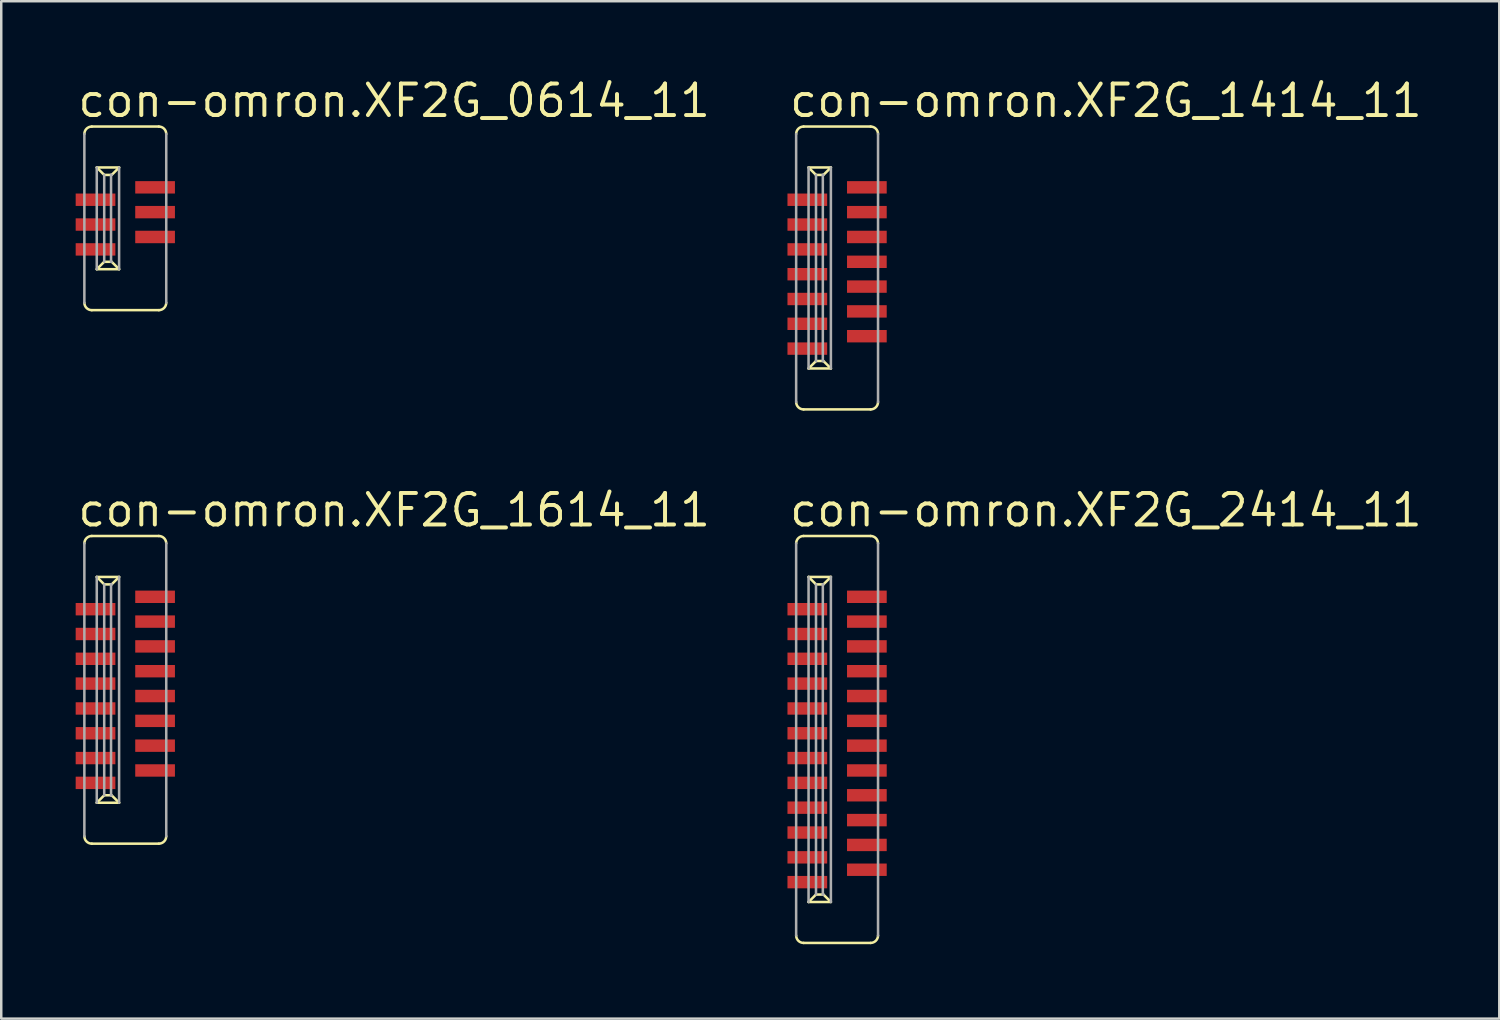
<source format=kicad_pcb>
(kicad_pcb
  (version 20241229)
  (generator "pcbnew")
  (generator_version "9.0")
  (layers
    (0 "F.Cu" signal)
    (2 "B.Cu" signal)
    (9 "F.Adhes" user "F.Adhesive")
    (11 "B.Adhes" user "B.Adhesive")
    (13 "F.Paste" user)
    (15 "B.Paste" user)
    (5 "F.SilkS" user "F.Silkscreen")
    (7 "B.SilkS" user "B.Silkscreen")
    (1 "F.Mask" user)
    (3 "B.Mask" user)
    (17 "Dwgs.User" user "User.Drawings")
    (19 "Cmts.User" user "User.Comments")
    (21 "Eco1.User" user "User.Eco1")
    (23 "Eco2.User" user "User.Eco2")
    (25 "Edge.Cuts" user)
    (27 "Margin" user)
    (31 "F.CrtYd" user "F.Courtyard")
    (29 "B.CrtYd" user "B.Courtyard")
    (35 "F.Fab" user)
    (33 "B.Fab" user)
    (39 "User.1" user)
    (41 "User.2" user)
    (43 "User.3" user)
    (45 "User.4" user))
  (footprint "con-omron.XF2G_2414_11"
    (layer "F.Cu")
    (at 30.686 26.751)
    (property "Reference" "con-omron.XF2G_2414_11" (at -2 -8.5 0) (layer "F.SilkS") (effects (font (size 1.27 1.27) (thickness 0.16)) (justify left bottom)))
    (attr smd)
    (fp_line (start -1.35 8.2) (end 1.35 8.2) (stroke (width 0.102) (type default)) (layer "F.SilkS"))
    (fp_line (start -1.15 6.55) (end -0.85 6.25) (stroke (width 0.102) (type default)) (layer "F.SilkS"))
    (fp_line (start -0.85 -6.25) (end -1.15 -6.55) (stroke (width 0.102) (type default)) (layer "F.SilkS"))
    (fp_line (start -0.575 -6.25) (end -0.85 -6.25) (stroke (width 0.102) (type default)) (layer "F.SilkS"))
    (fp_line (start -0.575 6.25) (end -0.85 6.25) (stroke (width 0.102) (type default)) (layer "F.SilkS"))
    (fp_line (start -0.25 -6.55) (end -1.15 -6.55) (stroke (width 0.102) (type default)) (layer "F.SilkS"))
    (fp_line (start -0.25 -6.55) (end -0.55 -6.25) (stroke (width 0.102) (type default)) (layer "F.SilkS"))
    (fp_line (start -0.25 6.55) (end -1.15 6.55) (stroke (width 0.102) (type default)) (layer "F.SilkS"))
    (fp_line (start -0.25 6.55) (end -0.55 6.25) (stroke (width 0.102) (type default)) (layer "F.SilkS"))
    (fp_line (start 1.35 -8.2) (end -1.35 -8.2) (stroke (width 0.102) (type default)) (layer "F.SilkS"))
    (fp_arc (start -1.65 -7.9) (mid -1.562132 -8.112132) (end -1.35 -8.2) (stroke (width 0.1016) (type default)) (layer "F.SilkS"))
    (fp_arc (start -1.35 8.2) (mid -1.562132 8.112132) (end -1.65 7.9) (stroke (width 0.1016) (type default)) (layer "F.SilkS"))
    (fp_arc (start 1.35 -8.2) (mid 1.562132 -8.112132) (end 1.65 -7.9) (stroke (width 0.1016) (type default)) (layer "F.SilkS"))
    (fp_arc (start 1.65 7.9) (mid 1.562132 8.112132) (end 1.35 8.2) (stroke (width 0.1016) (type default)) (layer "F.SilkS"))
    (fp_line (start -1.65 -7.9) (end -1.65 7.9) (stroke (width 0.102) (type default)) (layer "F.Fab"))
    (fp_line (start -1.15 -6.55) (end -1.15 6.55) (stroke (width 0.102) (type default)) (layer "F.Fab"))
    (fp_line (start -0.85 -6.25) (end -0.85 6.25) (stroke (width 0.102) (type default)) (layer "F.Fab"))
    (fp_line (start -0.575 -6.25) (end -0.575 6.25) (stroke (width 0.102) (type default)) (layer "F.Fab"))
    (fp_line (start -0.55 -6.25) (end -0.575 -6.25) (stroke (width 0.102) (type default)) (layer "F.Fab"))
    (fp_line (start -0.55 6.25) (end -0.575 6.25) (stroke (width 0.102) (type default)) (layer "F.Fab"))
    (fp_line (start -0.25 -6.55) (end -0.25 6.55) (stroke (width 0.102) (type default)) (layer "F.Fab"))
    (fp_line (start 1.65 7.9) (end 1.65 -7.9) (stroke (width 0.102) (type default)) (layer "F.Fab"))
    (pad "1" smd roundrect (at 1.2 -5.75 270) (size 0.5 1.6) (layers "F.Cu" "F.Mask" "F.Paste") (roundrect_rratio 0.01))
    (pad "2" smd roundrect (at -1.2 -5.25 90) (size 0.5 1.6) (layers "F.Cu" "F.Mask" "F.Paste") (roundrect_rratio 0.01))
    (pad "3" smd roundrect (at 1.2 -4.75 270) (size 0.5 1.6) (layers "F.Cu" "F.Mask" "F.Paste") (roundrect_rratio 0.01))
    (pad "4" smd roundrect (at -1.2 -4.25 90) (size 0.5 1.6) (layers "F.Cu" "F.Mask" "F.Paste") (roundrect_rratio 0.01))
    (pad "5" smd roundrect (at 1.2 -3.75 270) (size 0.5 1.6) (layers "F.Cu" "F.Mask" "F.Paste") (roundrect_rratio 0.01))
    (pad "6" smd roundrect (at -1.2 -3.25 90) (size 0.5 1.6) (layers "F.Cu" "F.Mask" "F.Paste") (roundrect_rratio 0.01))
    (pad "7" smd roundrect (at 1.2 -2.75 270) (size 0.5 1.6) (layers "F.Cu" "F.Mask" "F.Paste") (roundrect_rratio 0.01))
    (pad "8" smd roundrect (at -1.2 -2.25 90) (size 0.5 1.6) (layers "F.Cu" "F.Mask" "F.Paste") (roundrect_rratio 0.01))
    (pad "9" smd roundrect (at 1.2 -1.75 270) (size 0.5 1.6) (layers "F.Cu" "F.Mask" "F.Paste") (roundrect_rratio 0.01))
    (pad "10" smd roundrect (at -1.2 -1.25 90) (size 0.5 1.6) (layers "F.Cu" "F.Mask" "F.Paste") (roundrect_rratio 0.01))
    (pad "11" smd roundrect (at 1.2 -0.75 270) (size 0.5 1.6) (layers "F.Cu" "F.Mask" "F.Paste") (roundrect_rratio 0.01))
    (pad "12" smd roundrect (at -1.2 -0.25 90) (size 0.5 1.6) (layers "F.Cu" "F.Mask" "F.Paste") (roundrect_rratio 0.01))
    (pad "13" smd roundrect (at 1.2 0.25 270) (size 0.5 1.6) (layers "F.Cu" "F.Mask" "F.Paste") (roundrect_rratio 0.01))
    (pad "14" smd roundrect (at -1.2 0.75 90) (size 0.5 1.6) (layers "F.Cu" "F.Mask" "F.Paste") (roundrect_rratio 0.01))
    (pad "15" smd roundrect (at 1.2 1.25 270) (size 0.5 1.6) (layers "F.Cu" "F.Mask" "F.Paste") (roundrect_rratio 0.01))
    (pad "16" smd roundrect (at -1.2 1.75 90) (size 0.5 1.6) (layers "F.Cu" "F.Mask" "F.Paste") (roundrect_rratio 0.01))
    (pad "17" smd roundrect (at 1.2 2.25 270) (size 0.5 1.6) (layers "F.Cu" "F.Mask" "F.Paste") (roundrect_rratio 0.01))
    (pad "18" smd roundrect (at -1.2 2.75 90) (size 0.5 1.6) (layers "F.Cu" "F.Mask" "F.Paste") (roundrect_rratio 0.01))
    (pad "19" smd roundrect (at 1.2 3.25 270) (size 0.5 1.6) (layers "F.Cu" "F.Mask" "F.Paste") (roundrect_rratio 0.01))
    (pad "20" smd roundrect (at -1.2 3.75 90) (size 0.5 1.6) (layers "F.Cu" "F.Mask" "F.Paste") (roundrect_rratio 0.01))
    (pad "21" smd roundrect (at 1.2 4.25 270) (size 0.5 1.6) (layers "F.Cu" "F.Mask" "F.Paste") (roundrect_rratio 0.01))
    (pad "22" smd roundrect (at -1.2 4.75 90) (size 0.5 1.6) (layers "F.Cu" "F.Mask" "F.Paste") (roundrect_rratio 0.01))
    (pad "23" smd roundrect (at 1.2 5.25 270) (size 0.5 1.6) (layers "F.Cu" "F.Mask" "F.Paste") (roundrect_rratio 0.01))
    (pad "24" smd roundrect (at -1.2 5.75 90) (size 0.5 1.6) (layers "F.Cu" "F.Mask" "F.Paste") (roundrect_rratio 0.01)))
  (footprint "con-omron.XF2G_0614_11"
    (layer "F.Cu")
    (at 2 5.75)
    (property "Reference" "con-omron.XF2G_0614_11" (at -2 -4 0) (layer "F.SilkS") (effects (font (size 1.27 1.27) (thickness 0.16)) (justify left bottom)))
    (attr smd)
    (fp_line (start -1.35 3.7) (end 1.35 3.7) (stroke (width 0.102) (type default)) (layer "F.SilkS"))
    (fp_line (start -1.15 2.05) (end -0.85 1.75) (stroke (width 0.102) (type default)) (layer "F.SilkS"))
    (fp_line (start -0.85 -1.75) (end -1.15 -2.05) (stroke (width 0.102) (type default)) (layer "F.SilkS"))
    (fp_line (start -0.575 -1.75) (end -0.85 -1.75) (stroke (width 0.102) (type default)) (layer "F.SilkS"))
    (fp_line (start -0.575 1.75) (end -0.85 1.75) (stroke (width 0.102) (type default)) (layer "F.SilkS"))
    (fp_line (start -0.25 -2.05) (end -1.15 -2.05) (stroke (width 0.102) (type default)) (layer "F.SilkS"))
    (fp_line (start -0.25 -2.05) (end -0.55 -1.75) (stroke (width 0.102) (type default)) (layer "F.SilkS"))
    (fp_line (start -0.25 2.05) (end -1.15 2.05) (stroke (width 0.102) (type default)) (layer "F.SilkS"))
    (fp_line (start -0.25 2.05) (end -0.55 1.75) (stroke (width 0.102) (type default)) (layer "F.SilkS"))
    (fp_line (start 1.35 -3.7) (end -1.35 -3.7) (stroke (width 0.102) (type default)) (layer "F.SilkS"))
    (fp_arc (start -1.65 -3.4) (mid -1.562132 -3.612132) (end -1.35 -3.7) (stroke (width 0.1016) (type default)) (layer "F.SilkS"))
    (fp_arc (start -1.35 3.7) (mid -1.562132 3.612132) (end -1.65 3.4) (stroke (width 0.1016) (type default)) (layer "F.SilkS"))
    (fp_arc (start 1.35 -3.7) (mid 1.562132 -3.612132) (end 1.65 -3.4) (stroke (width 0.1016) (type default)) (layer "F.SilkS"))
    (fp_arc (start 1.65 3.4) (mid 1.562132 3.612132) (end 1.35 3.7) (stroke (width 0.1016) (type default)) (layer "F.SilkS"))
    (fp_line (start -1.65 -3.4) (end -1.65 3.4) (stroke (width 0.102) (type default)) (layer "F.Fab"))
    (fp_line (start -1.15 -2.05) (end -1.15 2.05) (stroke (width 0.102) (type default)) (layer "F.Fab"))
    (fp_line (start -0.85 -1.75) (end -0.85 1.75) (stroke (width 0.102) (type default)) (layer "F.Fab"))
    (fp_line (start -0.575 -1.75) (end -0.575 1.75) (stroke (width 0.102) (type default)) (layer "F.Fab"))
    (fp_line (start -0.55 -1.75) (end -0.575 -1.75) (stroke (width 0.102) (type default)) (layer "F.Fab"))
    (fp_line (start -0.55 1.75) (end -0.575 1.75) (stroke (width 0.102) (type default)) (layer "F.Fab"))
    (fp_line (start -0.25 -2.05) (end -0.25 2.05) (stroke (width 0.102) (type default)) (layer "F.Fab"))
    (fp_line (start 1.65 3.4) (end 1.65 -3.4) (stroke (width 0.102) (type default)) (layer "F.Fab"))
    (pad "1" smd roundrect (at 1.2 -1.25 270) (size 0.5 1.6) (layers "F.Cu" "F.Mask" "F.Paste") (roundrect_rratio 0.01))
    (pad "2" smd roundrect (at -1.2 -0.75 90) (size 0.5 1.6) (layers "F.Cu" "F.Mask" "F.Paste") (roundrect_rratio 0.01))
    (pad "3" smd roundrect (at 1.2 -0.25 270) (size 0.5 1.6) (layers "F.Cu" "F.Mask" "F.Paste") (roundrect_rratio 0.01))
    (pad "4" smd roundrect (at -1.2 0.25 90) (size 0.5 1.6) (layers "F.Cu" "F.Mask" "F.Paste") (roundrect_rratio 0.01))
    (pad "5" smd roundrect (at 1.2 0.75 270) (size 0.5 1.6) (layers "F.Cu" "F.Mask" "F.Paste") (roundrect_rratio 0.01))
    (pad "6" smd roundrect (at -1.2 1.25 90) (size 0.5 1.6) (layers "F.Cu" "F.Mask" "F.Paste") (roundrect_rratio 0.01)))
  (footprint "con-omron.XF2G_1614_11"
    (layer "F.Cu")
    (at 2 24.751)
    (property "Reference" "con-omron.XF2G_1614_11" (at -2 -6.5 0) (layer "F.SilkS") (effects (font (size 1.27 1.27) (thickness 0.16)) (justify left bottom)))
    (attr smd)
    (fp_line (start -1.35 6.2) (end 1.35 6.2) (stroke (width 0.102) (type default)) (layer "F.SilkS"))
    (fp_line (start -1.15 4.55) (end -0.85 4.25) (stroke (width 0.102) (type default)) (layer "F.SilkS"))
    (fp_line (start -0.85 -4.25) (end -1.15 -4.55) (stroke (width 0.102) (type default)) (layer "F.SilkS"))
    (fp_line (start -0.575 -4.25) (end -0.85 -4.25) (stroke (width 0.102) (type default)) (layer "F.SilkS"))
    (fp_line (start -0.575 4.25) (end -0.85 4.25) (stroke (width 0.102) (type default)) (layer "F.SilkS"))
    (fp_line (start -0.25 -4.55) (end -1.15 -4.55) (stroke (width 0.102) (type default)) (layer "F.SilkS"))
    (fp_line (start -0.25 -4.55) (end -0.55 -4.25) (stroke (width 0.102) (type default)) (layer "F.SilkS"))
    (fp_line (start -0.25 4.55) (end -1.15 4.55) (stroke (width 0.102) (type default)) (layer "F.SilkS"))
    (fp_line (start -0.25 4.55) (end -0.55 4.25) (stroke (width 0.102) (type default)) (layer "F.SilkS"))
    (fp_line (start 1.35 -6.2) (end -1.35 -6.2) (stroke (width 0.102) (type default)) (layer "F.SilkS"))
    (fp_arc (start -1.65 -5.9) (mid -1.562132 -6.112132) (end -1.35 -6.2) (stroke (width 0.1016) (type default)) (layer "F.SilkS"))
    (fp_arc (start -1.35 6.2) (mid -1.562132 6.112132) (end -1.65 5.9) (stroke (width 0.1016) (type default)) (layer "F.SilkS"))
    (fp_arc (start 1.35 -6.2) (mid 1.562132 -6.112132) (end 1.65 -5.9) (stroke (width 0.1016) (type default)) (layer "F.SilkS"))
    (fp_arc (start 1.65 5.9) (mid 1.562132 6.112132) (end 1.35 6.2) (stroke (width 0.1016) (type default)) (layer "F.SilkS"))
    (fp_line (start -1.65 -5.9) (end -1.65 5.9) (stroke (width 0.102) (type default)) (layer "F.Fab"))
    (fp_line (start -1.15 -4.55) (end -1.15 4.55) (stroke (width 0.102) (type default)) (layer "F.Fab"))
    (fp_line (start -0.85 -4.25) (end -0.85 4.25) (stroke (width 0.102) (type default)) (layer "F.Fab"))
    (fp_line (start -0.575 -4.25) (end -0.575 4.25) (stroke (width 0.102) (type default)) (layer "F.Fab"))
    (fp_line (start -0.55 -4.25) (end -0.575 -4.25) (stroke (width 0.102) (type default)) (layer "F.Fab"))
    (fp_line (start -0.55 4.25) (end -0.575 4.25) (stroke (width 0.102) (type default)) (layer "F.Fab"))
    (fp_line (start -0.25 -4.55) (end -0.25 4.55) (stroke (width 0.102) (type default)) (layer "F.Fab"))
    (fp_line (start 1.65 5.9) (end 1.65 -5.9) (stroke (width 0.102) (type default)) (layer "F.Fab"))
    (pad "1" smd roundrect (at 1.2 -3.75 270) (size 0.5 1.6) (layers "F.Cu" "F.Mask" "F.Paste") (roundrect_rratio 0.01))
    (pad "2" smd roundrect (at -1.2 -3.25 90) (size 0.5 1.6) (layers "F.Cu" "F.Mask" "F.Paste") (roundrect_rratio 0.01))
    (pad "3" smd roundrect (at 1.2 -2.75 270) (size 0.5 1.6) (layers "F.Cu" "F.Mask" "F.Paste") (roundrect_rratio 0.01))
    (pad "4" smd roundrect (at -1.2 -2.25 90) (size 0.5 1.6) (layers "F.Cu" "F.Mask" "F.Paste") (roundrect_rratio 0.01))
    (pad "5" smd roundrect (at 1.2 -1.75 270) (size 0.5 1.6) (layers "F.Cu" "F.Mask" "F.Paste") (roundrect_rratio 0.01))
    (pad "6" smd roundrect (at -1.2 -1.25 90) (size 0.5 1.6) (layers "F.Cu" "F.Mask" "F.Paste") (roundrect_rratio 0.01))
    (pad "7" smd roundrect (at 1.2 -0.75 270) (size 0.5 1.6) (layers "F.Cu" "F.Mask" "F.Paste") (roundrect_rratio 0.01))
    (pad "8" smd roundrect (at -1.2 -0.25 90) (size 0.5 1.6) (layers "F.Cu" "F.Mask" "F.Paste") (roundrect_rratio 0.01))
    (pad "9" smd roundrect (at 1.2 0.25 270) (size 0.5 1.6) (layers "F.Cu" "F.Mask" "F.Paste") (roundrect_rratio 0.01))
    (pad "10" smd roundrect (at -1.2 0.75 90) (size 0.5 1.6) (layers "F.Cu" "F.Mask" "F.Paste") (roundrect_rratio 0.01))
    (pad "11" smd roundrect (at 1.2 1.25 270) (size 0.5 1.6) (layers "F.Cu" "F.Mask" "F.Paste") (roundrect_rratio 0.01))
    (pad "12" smd roundrect (at -1.2 1.75 90) (size 0.5 1.6) (layers "F.Cu" "F.Mask" "F.Paste") (roundrect_rratio 0.01))
    (pad "13" smd roundrect (at 1.2 2.25 270) (size 0.5 1.6) (layers "F.Cu" "F.Mask" "F.Paste") (roundrect_rratio 0.01))
    (pad "14" smd roundrect (at -1.2 2.75 90) (size 0.5 1.6) (layers "F.Cu" "F.Mask" "F.Paste") (roundrect_rratio 0.01))
    (pad "15" smd roundrect (at 1.2 3.25 270) (size 0.5 1.6) (layers "F.Cu" "F.Mask" "F.Paste") (roundrect_rratio 0.01))
    (pad "16" smd roundrect (at -1.2 3.75 90) (size 0.5 1.6) (layers "F.Cu" "F.Mask" "F.Paste") (roundrect_rratio 0.01)))
  (footprint "con-omron.XF2G_1414_11"
    (layer "F.Cu")
    (at 30.686 7.75)
    (property "Reference" "con-omron.XF2G_1414_11" (at -2 -6 0) (layer "F.SilkS") (effects (font (size 1.27 1.27) (thickness 0.16)) (justify left bottom)))
    (attr smd)
    (fp_line (start -1.35 5.7) (end 1.35 5.7) (stroke (width 0.102) (type default)) (layer "F.SilkS"))
    (fp_line (start -1.15 4.05) (end -0.85 3.75) (stroke (width 0.102) (type default)) (layer "F.SilkS"))
    (fp_line (start -0.85 -3.75) (end -1.15 -4.05) (stroke (width 0.102) (type default)) (layer "F.SilkS"))
    (fp_line (start -0.575 -3.75) (end -0.85 -3.75) (stroke (width 0.102) (type default)) (layer "F.SilkS"))
    (fp_line (start -0.575 3.75) (end -0.85 3.75) (stroke (width 0.102) (type default)) (layer "F.SilkS"))
    (fp_line (start -0.25 -4.05) (end -1.15 -4.05) (stroke (width 0.102) (type default)) (layer "F.SilkS"))
    (fp_line (start -0.25 -4.05) (end -0.55 -3.75) (stroke (width 0.102) (type default)) (layer "F.SilkS"))
    (fp_line (start -0.25 4.05) (end -1.15 4.05) (stroke (width 0.102) (type default)) (layer "F.SilkS"))
    (fp_line (start -0.25 4.05) (end -0.55 3.75) (stroke (width 0.102) (type default)) (layer "F.SilkS"))
    (fp_line (start 1.35 -5.7) (end -1.35 -5.7) (stroke (width 0.102) (type default)) (layer "F.SilkS"))
    (fp_arc (start -1.65 -5.4) (mid -1.562132 -5.612132) (end -1.35 -5.7) (stroke (width 0.1016) (type default)) (layer "F.SilkS"))
    (fp_arc (start -1.35 5.7) (mid -1.562132 5.612132) (end -1.65 5.4) (stroke (width 0.1016) (type default)) (layer "F.SilkS"))
    (fp_arc (start 1.35 -5.7) (mid 1.562132 -5.612132) (end 1.65 -5.4) (stroke (width 0.1016) (type default)) (layer "F.SilkS"))
    (fp_arc (start 1.65 5.4) (mid 1.562132 5.612132) (end 1.35 5.7) (stroke (width 0.1016) (type default)) (layer "F.SilkS"))
    (fp_line (start -1.65 -5.4) (end -1.65 5.4) (stroke (width 0.102) (type default)) (layer "F.Fab"))
    (fp_line (start -1.15 -4.05) (end -1.15 4.05) (stroke (width 0.102) (type default)) (layer "F.Fab"))
    (fp_line (start -0.85 -3.75) (end -0.85 3.75) (stroke (width 0.102) (type default)) (layer "F.Fab"))
    (fp_line (start -0.575 -3.75) (end -0.575 3.75) (stroke (width 0.102) (type default)) (layer "F.Fab"))
    (fp_line (start -0.55 -3.75) (end -0.575 -3.75) (stroke (width 0.102) (type default)) (layer "F.Fab"))
    (fp_line (start -0.55 3.75) (end -0.575 3.75) (stroke (width 0.102) (type default)) (layer "F.Fab"))
    (fp_line (start -0.25 -4.05) (end -0.25 4.05) (stroke (width 0.102) (type default)) (layer "F.Fab"))
    (fp_line (start 1.65 5.4) (end 1.65 -5.4) (stroke (width 0.102) (type default)) (layer "F.Fab"))
    (pad "1" smd roundrect (at 1.2 -3.25 270) (size 0.5 1.6) (layers "F.Cu" "F.Mask" "F.Paste") (roundrect_rratio 0.01))
    (pad "2" smd roundrect (at -1.2 -2.75 90) (size 0.5 1.6) (layers "F.Cu" "F.Mask" "F.Paste") (roundrect_rratio 0.01))
    (pad "3" smd roundrect (at 1.2 -2.25 270) (size 0.5 1.6) (layers "F.Cu" "F.Mask" "F.Paste") (roundrect_rratio 0.01))
    (pad "4" smd roundrect (at -1.2 -1.75 90) (size 0.5 1.6) (layers "F.Cu" "F.Mask" "F.Paste") (roundrect_rratio 0.01))
    (pad "5" smd roundrect (at 1.2 -1.25 270) (size 0.5 1.6) (layers "F.Cu" "F.Mask" "F.Paste") (roundrect_rratio 0.01))
    (pad "6" smd roundrect (at -1.2 -0.75 90) (size 0.5 1.6) (layers "F.Cu" "F.Mask" "F.Paste") (roundrect_rratio 0.01))
    (pad "7" smd roundrect (at 1.2 -0.25 270) (size 0.5 1.6) (layers "F.Cu" "F.Mask" "F.Paste") (roundrect_rratio 0.01))
    (pad "8" smd roundrect (at -1.2 0.25 90) (size 0.5 1.6) (layers "F.Cu" "F.Mask" "F.Paste") (roundrect_rratio 0.01))
    (pad "9" smd roundrect (at 1.2 0.75 270) (size 0.5 1.6) (layers "F.Cu" "F.Mask" "F.Paste") (roundrect_rratio 0.01))
    (pad "10" smd roundrect (at -1.2 1.25 90) (size 0.5 1.6) (layers "F.Cu" "F.Mask" "F.Paste") (roundrect_rratio 0.01))
    (pad "11" smd roundrect (at 1.2 1.75 270) (size 0.5 1.6) (layers "F.Cu" "F.Mask" "F.Paste") (roundrect_rratio 0.01))
    (pad "12" smd roundrect (at -1.2 2.25 90) (size 0.5 1.6) (layers "F.Cu" "F.Mask" "F.Paste") (roundrect_rratio 0.01))
    (pad "13" smd roundrect (at 1.2 2.75 270) (size 0.5 1.6) (layers "F.Cu" "F.Mask" "F.Paste") (roundrect_rratio 0.01))
    (pad "14" smd roundrect (at -1.2 3.25 90) (size 0.5 1.6) (layers "F.Cu" "F.Mask" "F.Paste") (roundrect_rratio 0.01)))
  (gr_rect
    (start -3 -3)
    (end 57.373 38.002)
    (stroke (width 0.1) (type default))
    (fill no)
    (layer "Edge.Cuts")))
</source>
